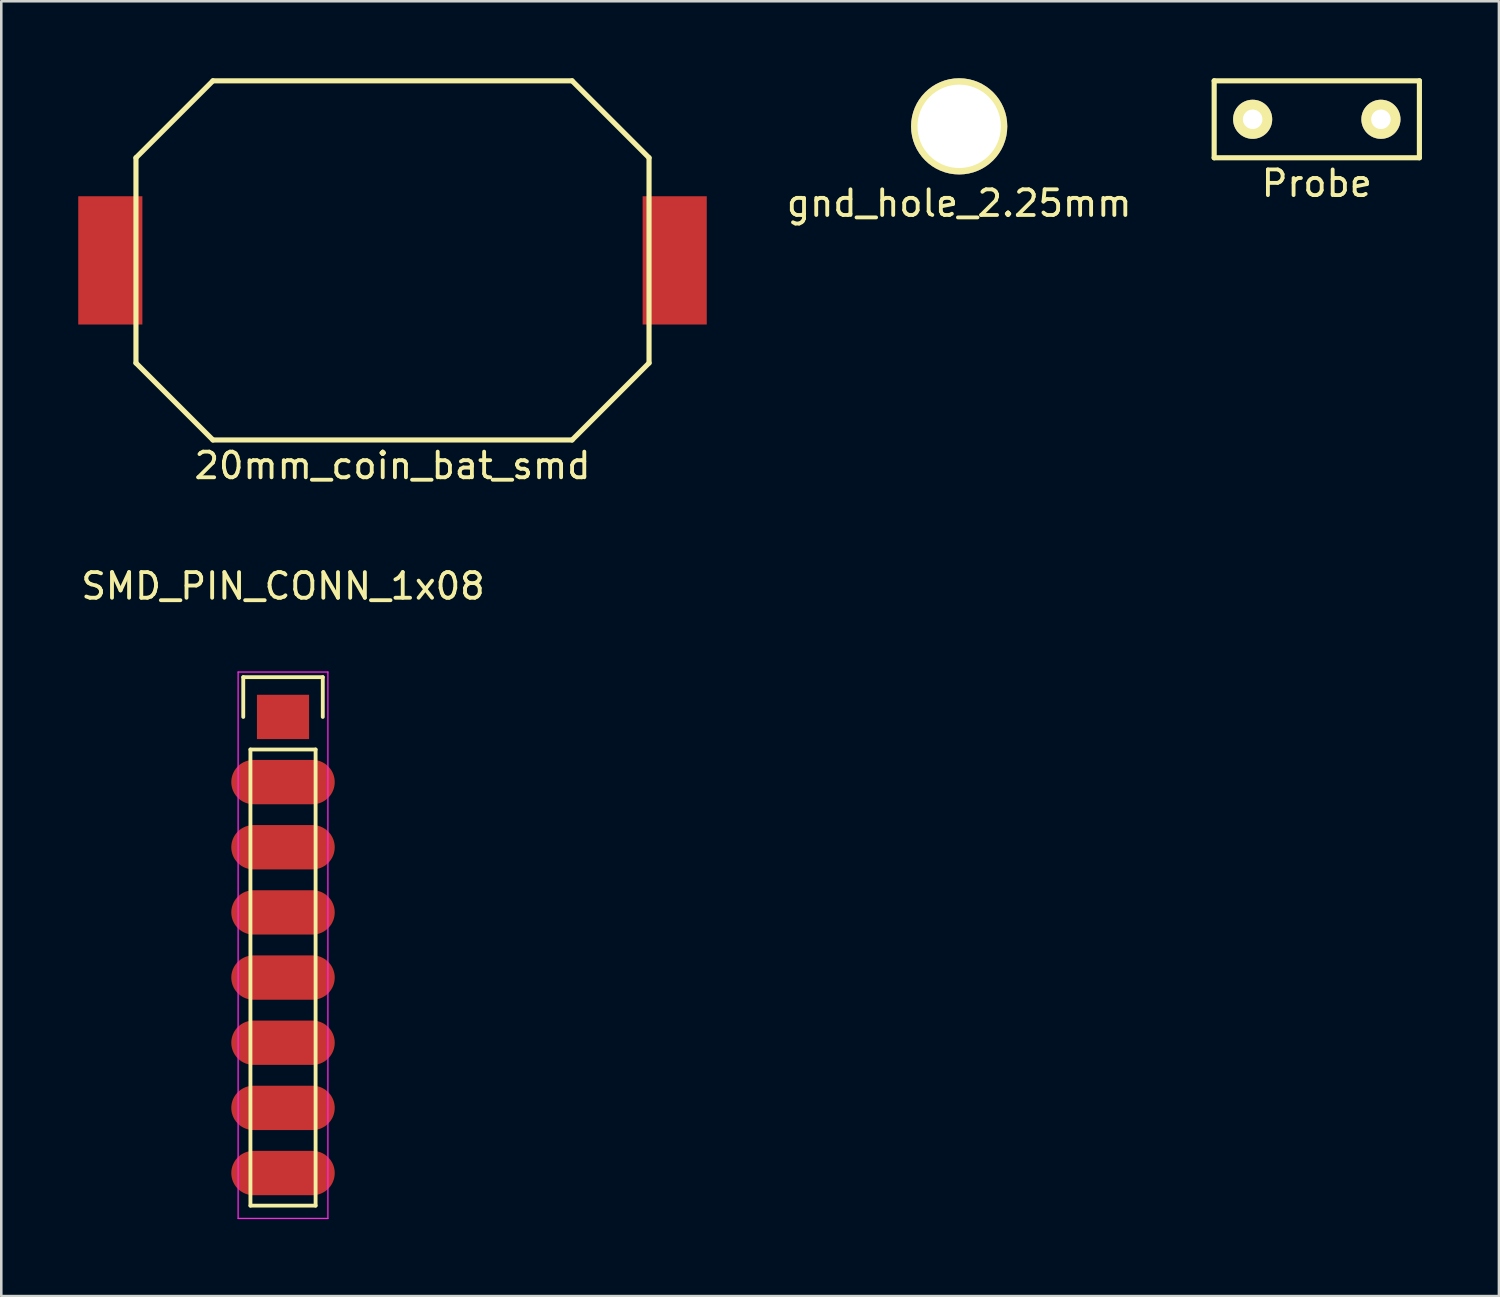
<source format=kicad_pcb>
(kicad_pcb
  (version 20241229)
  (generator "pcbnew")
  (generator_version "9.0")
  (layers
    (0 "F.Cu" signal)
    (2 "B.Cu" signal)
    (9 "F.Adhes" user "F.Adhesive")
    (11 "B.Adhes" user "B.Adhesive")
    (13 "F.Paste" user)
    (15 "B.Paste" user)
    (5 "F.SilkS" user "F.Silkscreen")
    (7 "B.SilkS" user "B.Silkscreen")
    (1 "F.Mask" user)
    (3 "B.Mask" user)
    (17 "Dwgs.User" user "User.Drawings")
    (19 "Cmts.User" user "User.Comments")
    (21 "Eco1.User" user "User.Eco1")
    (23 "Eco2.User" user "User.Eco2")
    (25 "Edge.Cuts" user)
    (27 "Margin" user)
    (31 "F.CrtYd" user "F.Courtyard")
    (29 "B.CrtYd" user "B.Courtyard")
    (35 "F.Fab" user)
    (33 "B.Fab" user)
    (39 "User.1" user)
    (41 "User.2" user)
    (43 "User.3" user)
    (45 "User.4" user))
  (footprint "Probe"
    (layer "F.Cu")
    (at 48.279 1.6)
    (property "Reference" "Probe" (at 0 2.5 0) (layer "F.SilkS") (effects (font (size 1 1) (thickness 0.15))))
    (attr through_hole)
    (fp_line (start -4 -1.5) (end -4 1.5) (stroke (width 0.2) (type solid)) (layer "F.SilkS"))
    (fp_line (start -4 1.5) (end 4 1.5) (stroke (width 0.2) (type solid)) (layer "F.SilkS"))
    (fp_line (start 4 -1.5) (end -4 -1.5) (stroke (width 0.2) (type solid)) (layer "F.SilkS"))
    (fp_line (start 4 1.5) (end 4 -1.5) (stroke (width 0.2) (type solid)) (layer "F.SilkS"))
    (pad "1" thru_hole circle (at -2.5 0) (size 1.524 1.524) (drill 0.762) (layers "*.Cu" "*.Mask" "F.SilkS"))
    (pad "1" thru_hole circle (at 2.5 0) (size 1.524 1.524) (drill 0.762) (layers "*.Cu" "*.Mask" "F.SilkS")))
  (footprint "gnd_hole_2.25mm"
    (layer "F.Cu")
    (at 34.339 1.875)
    (property "Reference" "gnd_hole_2.25mm" (at 0 3 0) (layer "F.SilkS") (effects (font (size 1 1) (thickness 0.15))))
    (attr through_hole)
    (pad "1" thru_hole circle (at 0 0) (size 3.75 3.75) (drill 3.25) (layers "*.Cu" "*.Mask" "F.SilkS")))
  (footprint "SMD_PIN_CONN_1x08"
    (layer "F.Cu")
    (at 7.982 24.896)
    (property "Reference" "SMD_PIN_CONN_1x08" (at 0 -5.1 0) (layer "F.SilkS") (effects (font (size 1 1) (thickness 0.15))))
    (attr through_hole)
    (fp_line (start -1.55 -1.55) (end 1.55 -1.55) (stroke (width 0.15) (type solid)) (layer "F.SilkS"))
    (fp_line (start -1.55 0) (end -1.55 -1.55) (stroke (width 0.15) (type solid)) (layer "F.SilkS"))
    (fp_line (start -1.27 19.05) (end -1.27 1.27) (stroke (width 0.15) (type solid)) (layer "F.SilkS"))
    (fp_line (start 1.27 1.27) (end -1.27 1.27) (stroke (width 0.15) (type solid)) (layer "F.SilkS"))
    (fp_line (start 1.27 1.27) (end 1.27 19.05) (stroke (width 0.15) (type solid)) (layer "F.SilkS"))
    (fp_line (start 1.27 19.05) (end -1.27 19.05) (stroke (width 0.15) (type solid)) (layer "F.SilkS"))
    (fp_line (start 1.55 -1.55) (end 1.55 0) (stroke (width 0.15) (type solid)) (layer "F.SilkS"))
    (fp_line (start -1.75 -1.75) (end -1.75 19.55) (stroke (width 0.05) (type solid)) (layer "F.CrtYd"))
    (fp_line (start -1.75 -1.75) (end 1.75 -1.75) (stroke (width 0.05) (type solid)) (layer "F.CrtYd"))
    (fp_line (start -1.75 19.55) (end 1.75 19.55) (stroke (width 0.05) (type solid)) (layer "F.CrtYd"))
    (fp_line (start 1.75 -1.75) (end 1.75 19.55) (stroke (width 0.05) (type solid)) (layer "F.CrtYd"))
    (pad "1" smd rect (at 0 0) (size 2.032 1.727) (layers "F.Cu" "F.Mask" "F.Paste"))
    (pad "2" smd oval (at 0 2.54) (size 4.032 1.727) (layers "F.Cu" "F.Mask" "F.Paste"))
    (pad "3" smd oval (at 0 5.08) (size 4.032 1.727) (layers "F.Cu" "F.Mask" "F.Paste"))
    (pad "4" smd oval (at 0 7.62) (size 4.032 1.727) (layers "F.Cu" "F.Mask" "F.Paste"))
    (pad "5" smd oval (at 0 10.16) (size 4.032 1.727) (layers "F.Cu" "F.Mask" "F.Paste"))
    (pad "6" smd oval (at 0 12.7) (size 4.032 1.727) (layers "F.Cu" "F.Mask" "F.Paste"))
    (pad "7" smd oval (at 0 15.24) (size 4.032 1.727) (layers "F.Cu" "F.Mask" "F.Paste"))
    (pad "8" smd oval (at 0 17.78) (size 4.032 1.727) (layers "F.Cu" "F.Mask" "F.Paste")))
  (footprint "20mm_coin_bat_smd"
    (layer "F.Cu")
    (at 12.25 7.1)
    (property "Reference" "20mm_coin_bat_smd" (at 0 8 0) (layer "F.SilkS") (effects (font (size 1 1) (thickness 0.15))))
    (attr through_hole)
    (fp_line (start -10 -4) (end -10 4) (stroke (width 0.2) (type solid)) (layer "F.SilkS"))
    (fp_line (start -10 -4) (end -7 -7) (stroke (width 0.2) (type solid)) (layer "F.SilkS"))
    (fp_line (start -10 4) (end -7 7) (stroke (width 0.2) (type solid)) (layer "F.SilkS"))
    (fp_line (start 7 -7) (end -7 -7) (stroke (width 0.2) (type solid)) (layer "F.SilkS"))
    (fp_line (start 7 7) (end -7 7) (stroke (width 0.2) (type solid)) (layer "F.SilkS"))
    (fp_line (start 10 -4) (end 7 -7) (stroke (width 0.2) (type solid)) (layer "F.SilkS"))
    (fp_line (start 10 -4) (end 10 4) (stroke (width 0.2) (type solid)) (layer "F.SilkS"))
    (fp_line (start 10 4) (end 7 7) (stroke (width 0.2) (type solid)) (layer "F.SilkS"))
    (pad "1" smd rect (at -11 0) (size 2.5 5) (layers "F.Cu" "F.Mask" "F.Paste"))
    (pad "2" smd rect (at 11 0) (size 2.5 5) (layers "F.Cu" "F.Mask" "F.Paste")))
  (gr_rect
    (start -3 -3)
    (end 55.379 47.471)
    (stroke (width 0.1) (type default))
    (fill no)
    (layer "Edge.Cuts")))
</source>
